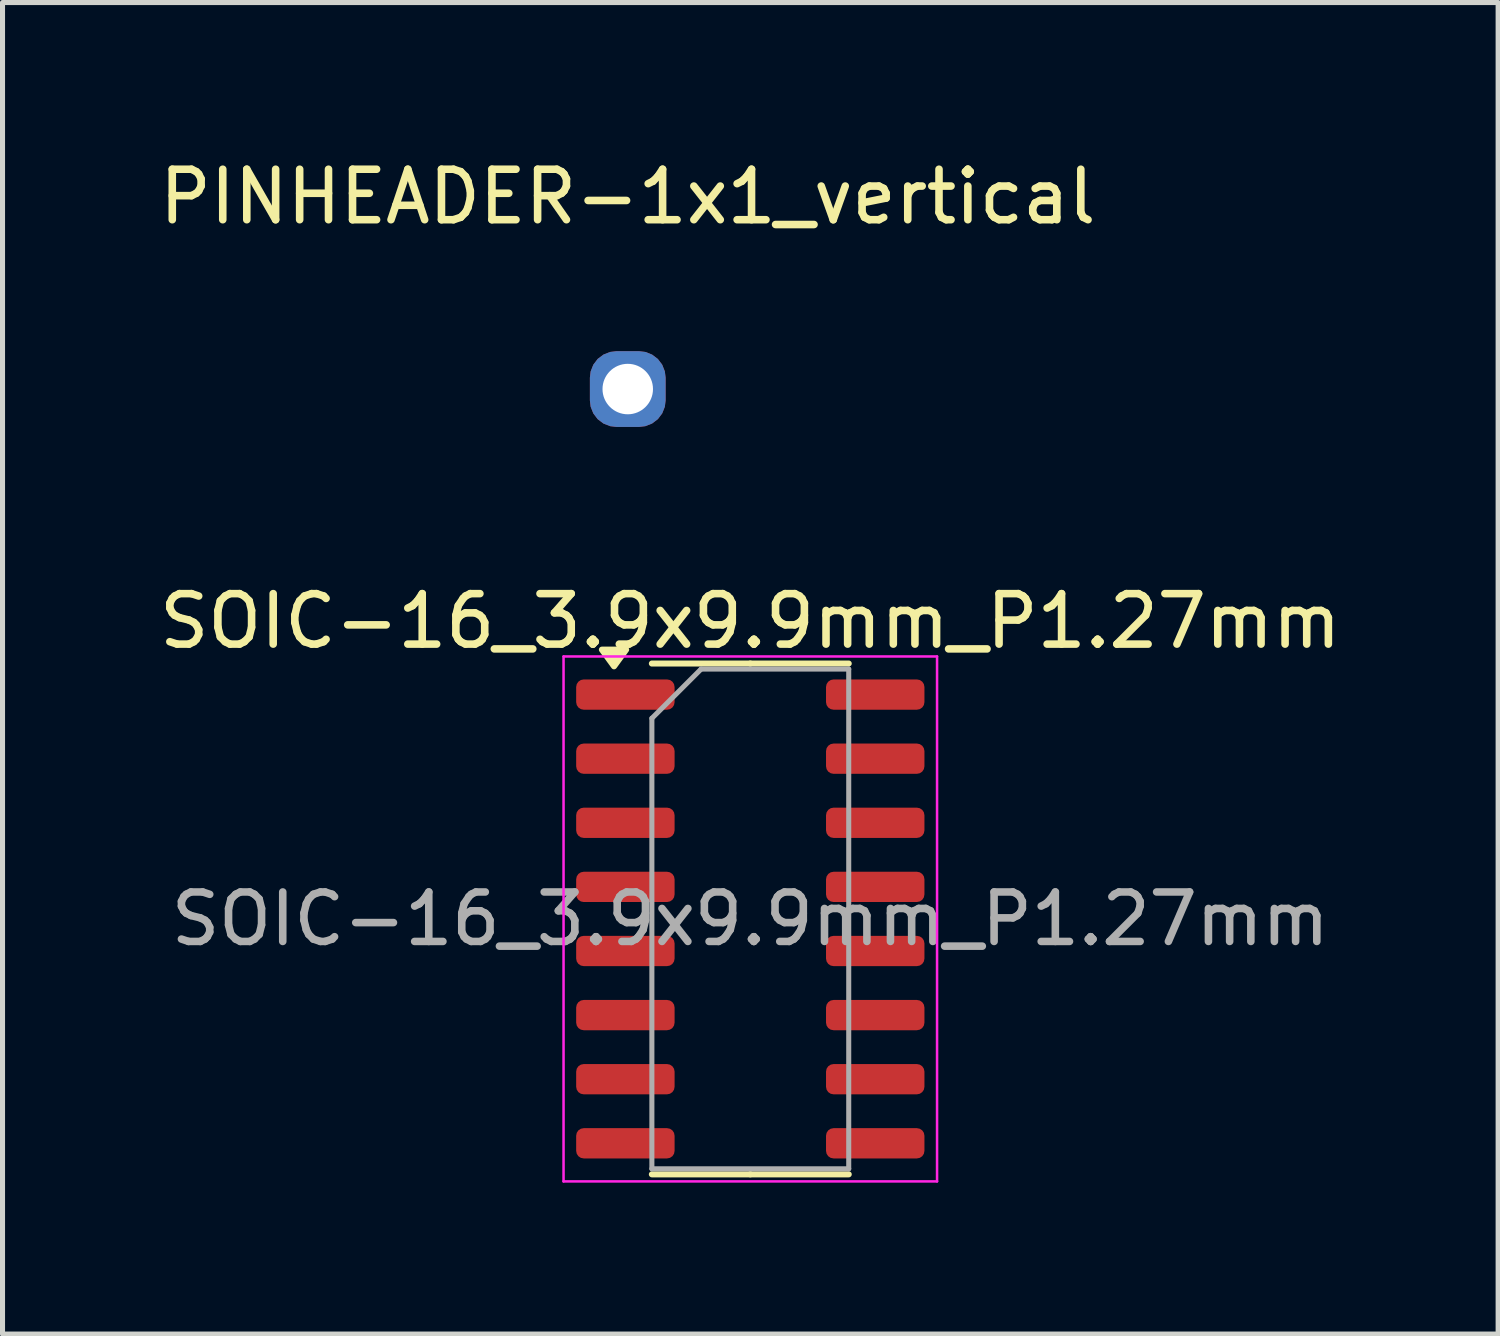
<source format=kicad_pcb>
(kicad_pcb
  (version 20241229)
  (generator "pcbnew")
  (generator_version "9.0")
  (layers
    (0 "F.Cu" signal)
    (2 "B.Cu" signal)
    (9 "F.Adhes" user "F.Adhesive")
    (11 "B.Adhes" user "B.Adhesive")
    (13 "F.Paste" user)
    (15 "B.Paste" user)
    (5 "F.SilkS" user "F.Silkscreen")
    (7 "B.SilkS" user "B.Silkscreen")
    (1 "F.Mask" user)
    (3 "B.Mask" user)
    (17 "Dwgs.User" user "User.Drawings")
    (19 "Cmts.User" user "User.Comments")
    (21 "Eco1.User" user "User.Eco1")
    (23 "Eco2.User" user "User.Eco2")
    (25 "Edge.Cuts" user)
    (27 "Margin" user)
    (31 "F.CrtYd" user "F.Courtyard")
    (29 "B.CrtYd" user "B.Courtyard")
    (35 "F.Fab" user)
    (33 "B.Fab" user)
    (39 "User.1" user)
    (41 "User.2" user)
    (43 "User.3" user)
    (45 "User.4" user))
  (footprint "SOIC-16_3.9x9.9mm_P1.27mm"
    (layer "F.Cu")
    (at 11.815 15.156)
    (property "Reference" "SOIC-16_3.9x9.9mm_P1.27mm" (at 0.000004 -5.9 180) (layer "F.SilkS") (effects (font (size 1 1) (thickness 0.15))))
    (attr smd)
    (fp_line (start 0 -5.06) (end -1.95 -5.06) (stroke (width 0.12) (type solid)) (layer "F.SilkS"))
    (fp_line (start 0 -5.06) (end 1.95 -5.06) (stroke (width 0.12) (type solid)) (layer "F.SilkS"))
    (fp_line (start 0 5.06) (end -1.95 5.06) (stroke (width 0.12) (type solid)) (layer "F.SilkS"))
    (fp_line (start 0 5.06) (end 1.95 5.06) (stroke (width 0.12) (type solid)) (layer "F.SilkS"))
    (fp_poly (pts (xy -2.7 -5.005) (xy -2.94 -5.335) (xy -2.46 -5.335) (xy -2.7 -5.005)) (stroke (width 0.12) (type solid)) (fill yes) (layer "F.SilkS"))
    (fp_line (start -3.7 -5.2) (end -3.7 5.2) (stroke (width 0.05) (type solid)) (layer "F.CrtYd"))
    (fp_line (start -3.7 5.2) (end 3.7 5.2) (stroke (width 0.05) (type solid)) (layer "F.CrtYd"))
    (fp_line (start 3.7 -5.2) (end -3.7 -5.2) (stroke (width 0.05) (type solid)) (layer "F.CrtYd"))
    (fp_line (start 3.7 5.2) (end 3.7 -5.2) (stroke (width 0.05) (type solid)) (layer "F.CrtYd"))
    (fp_line (start -1.95 -3.975) (end -0.975 -4.95) (stroke (width 0.1) (type solid)) (layer "F.Fab"))
    (fp_line (start -1.95 4.95) (end -1.95 -3.975) (stroke (width 0.1) (type solid)) (layer "F.Fab"))
    (fp_line (start -0.975 -4.95) (end 1.95 -4.95) (stroke (width 0.1) (type solid)) (layer "F.Fab"))
    (fp_line (start 1.95 -4.95) (end 1.95 4.95) (stroke (width 0.1) (type solid)) (layer "F.Fab"))
    (fp_line (start 1.95 4.95) (end -1.95 4.95) (stroke (width 0.1) (type solid)) (layer "F.Fab"))
    (fp_text user "${REFERENCE}" (at 0 0 180) (layer "F.Fab") (effects (font (size 0.98 0.98) (thickness 0.15))))
    (pad "1" smd roundrect (at -2.475 -4.445 180) (size 1.95 0.6) (layers "F.Cu" "F.Mask" "F.Paste") (roundrect_rratio 0.25))
    (pad "2" smd roundrect (at -2.475 -3.175 180) (size 1.95 0.6) (layers "F.Cu" "F.Mask" "F.Paste") (roundrect_rratio 0.25))
    (pad "3" smd roundrect (at -2.475 -1.905 180) (size 1.95 0.6) (layers "F.Cu" "F.Mask" "F.Paste") (roundrect_rratio 0.25))
    (pad "4" smd roundrect (at -2.475 -0.635 180) (size 1.95 0.6) (layers "F.Cu" "F.Mask" "F.Paste") (roundrect_rratio 0.25))
    (pad "5" smd roundrect (at -2.475 0.635 180) (size 1.95 0.6) (layers "F.Cu" "F.Mask" "F.Paste") (roundrect_rratio 0.25))
    (pad "6" smd roundrect (at -2.475 1.905 180) (size 1.95 0.6) (layers "F.Cu" "F.Mask" "F.Paste") (roundrect_rratio 0.25))
    (pad "7" smd roundrect (at -2.475 3.175 180) (size 1.95 0.6) (layers "F.Cu" "F.Mask" "F.Paste") (roundrect_rratio 0.25))
    (pad "8" smd roundrect (at -2.475 4.445 180) (size 1.95 0.6) (layers "F.Cu" "F.Mask" "F.Paste") (roundrect_rratio 0.25))
    (pad "9" smd roundrect (at 2.475 4.445 180) (size 1.95 0.6) (layers "F.Cu" "F.Mask" "F.Paste") (roundrect_rratio 0.25))
    (pad "10" smd roundrect (at 2.475 3.175 180) (size 1.95 0.6) (layers "F.Cu" "F.Mask" "F.Paste") (roundrect_rratio 0.25))
    (pad "11" smd roundrect (at 2.475 1.905 180) (size 1.95 0.6) (layers "F.Cu" "F.Mask" "F.Paste") (roundrect_rratio 0.25))
    (pad "12" smd roundrect (at 2.475 0.635 180) (size 1.95 0.6) (layers "F.Cu" "F.Mask" "F.Paste") (roundrect_rratio 0.25))
    (pad "13" smd roundrect (at 2.475 -0.635 180) (size 1.95 0.6) (layers "F.Cu" "F.Mask" "F.Paste") (roundrect_rratio 0.25))
    (pad "14" smd roundrect (at 2.475 -1.905 180) (size 1.95 0.6) (layers "F.Cu" "F.Mask" "F.Paste") (roundrect_rratio 0.25))
    (pad "15" smd roundrect (at 2.475 -3.175 180) (size 1.95 0.6) (layers "F.Cu" "F.Mask" "F.Paste") (roundrect_rratio 0.25))
    (pad "16" smd roundrect (at 2.475 -4.445 180) (size 1.95 0.6) (layers "F.Cu" "F.Mask" "F.Paste") (roundrect_rratio 0.25)))
  (footprint "PINHEADER-1x1_vertical"
    (layer "F.Cu")
    (at 9.387 4.658)
    (property "Reference" "PINHEADER-1x1_vertical" (at 0 -3.81 0) (unlocked yes) (layer "F.SilkS") (effects (font (size 1 1) (thickness 0.15))))
    (attr through_hole)
    (pad "1" thru_hole roundrect (at 0 0) (size 1.5 1.5) (drill 1) (layers "*.Cu" "*.Mask") (roundrect_rratio 0.35)))
  (gr_rect
    (start -3 -3)
    (end 26.631 23.381)
    (stroke (width 0.1) (type default))
    (fill no)
    (layer "Edge.Cuts")))
</source>
